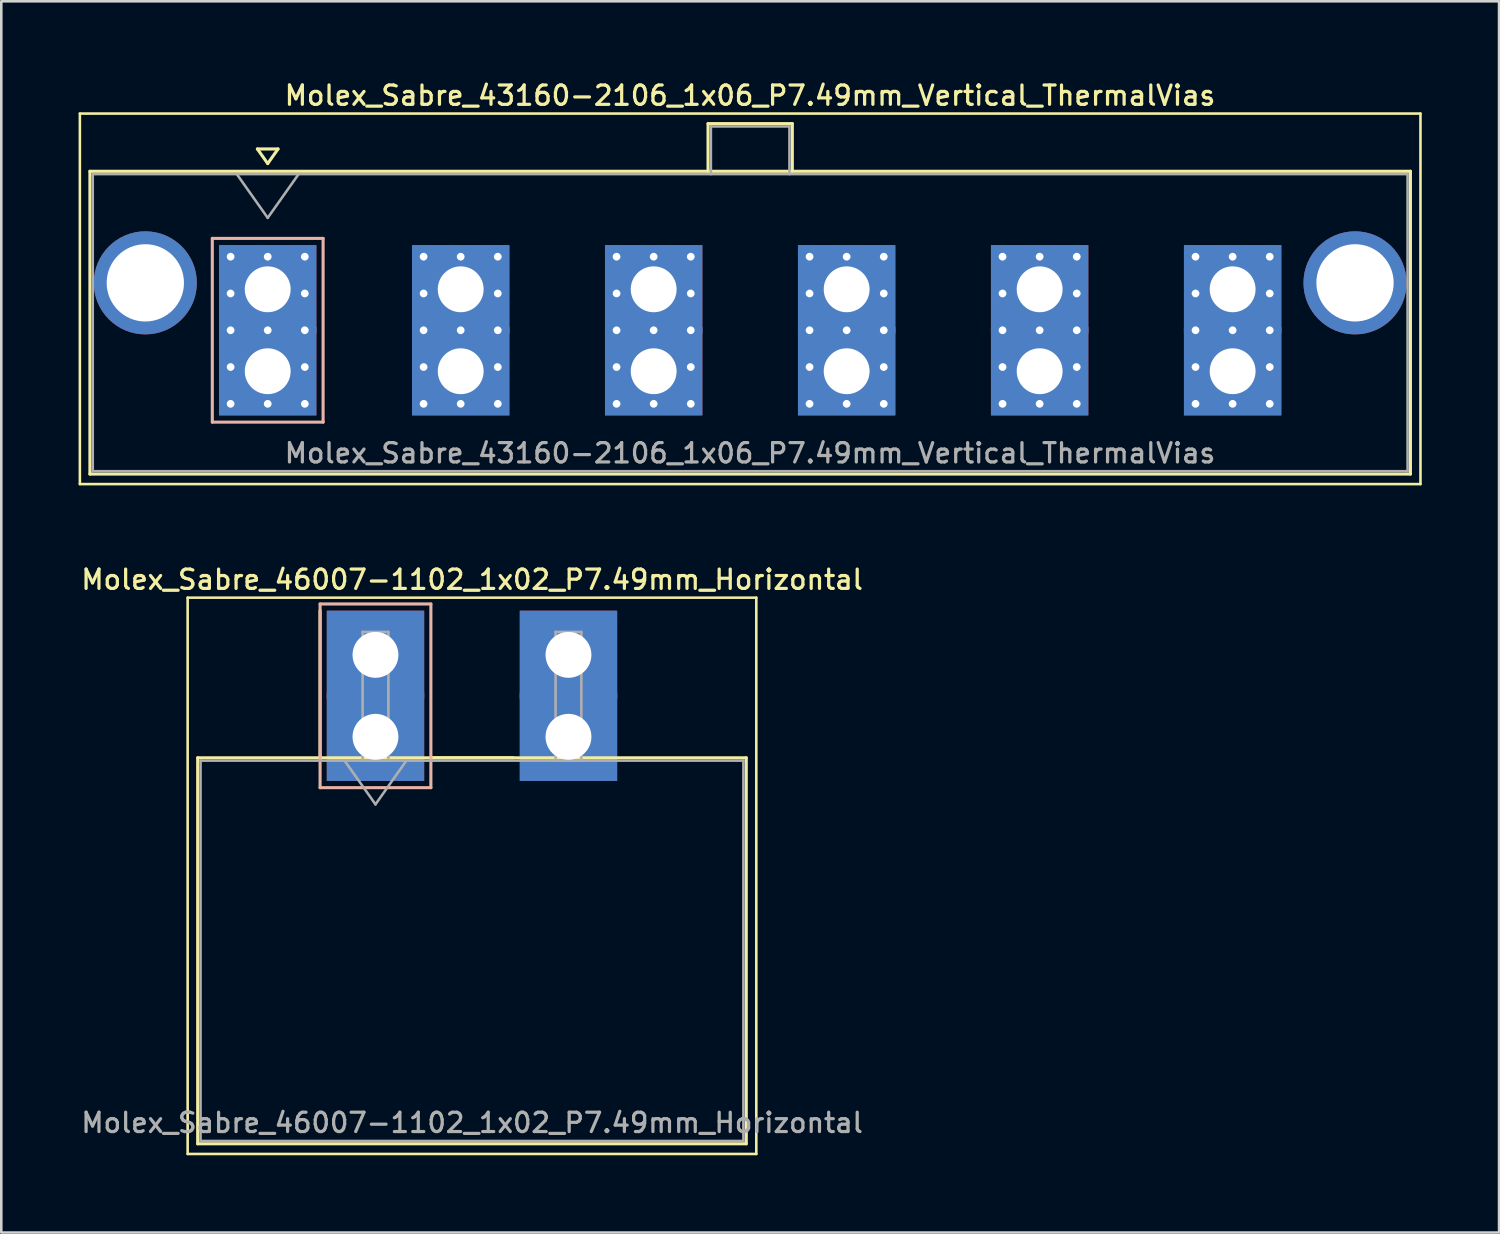
<source format=kicad_pcb>
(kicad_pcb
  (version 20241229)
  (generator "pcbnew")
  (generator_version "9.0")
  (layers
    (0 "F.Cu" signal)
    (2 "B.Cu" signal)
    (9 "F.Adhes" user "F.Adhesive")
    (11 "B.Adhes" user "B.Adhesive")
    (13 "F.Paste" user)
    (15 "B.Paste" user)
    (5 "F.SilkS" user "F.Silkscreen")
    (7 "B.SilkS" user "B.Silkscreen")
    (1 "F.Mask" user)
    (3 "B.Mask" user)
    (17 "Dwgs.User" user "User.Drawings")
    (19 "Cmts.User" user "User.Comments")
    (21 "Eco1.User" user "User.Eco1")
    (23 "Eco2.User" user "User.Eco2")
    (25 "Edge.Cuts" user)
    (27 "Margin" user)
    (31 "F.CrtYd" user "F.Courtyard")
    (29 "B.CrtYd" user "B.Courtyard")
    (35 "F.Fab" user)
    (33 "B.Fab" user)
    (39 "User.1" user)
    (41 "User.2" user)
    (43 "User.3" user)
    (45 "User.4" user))
  (footprint "Molex_Sabre_46007-1102_1x02_P7.49mm_Horizontal"
    (layer "F.Cu")
    (at 11.523 25.546)
    (property "Reference" "Molex_Sabre_46007-1102_1x02_P7.49mm_Horizontal" (at 3.75 -6.1 0) (layer "F.SilkS") (effects (font (size 0.75 0.75) (thickness 0.125))))
    (attr through_hole)
    (fp_line (start -7.29 -5.4) (end -7.29 16.19) (stroke (width 0.1) (type solid)) (layer "F.SilkS"))
    (fp_line (start -7.29 16.19) (end 14.78 16.19) (stroke (width 0.1) (type solid)) (layer "F.SilkS"))
    (fp_line (start -6.9 0.815) (end -6.9 15.795) (stroke (width 0.12) (type solid)) (layer "F.SilkS"))
    (fp_line (start -6.9 15.795) (end 14.39 15.795) (stroke (width 0.12) (type solid)) (layer "F.SilkS"))
    (fp_line (start -2.15 0.815) (end -2.15 -4.895) (stroke (width 0.12) (type solid)) (layer "F.SilkS"))
    (fp_line (start 2.15 0.815) (end 5.34 0.815) (stroke (width 0.12) (type solid)) (layer "F.SilkS"))
    (fp_line (start 14.39 0.815) (end -6.9 0.815) (stroke (width 0.12) (type solid)) (layer "F.SilkS"))
    (fp_line (start 14.39 15.795) (end 14.39 0.815) (stroke (width 0.12) (type solid)) (layer "F.SilkS"))
    (fp_line (start 14.78 -5.4) (end -7.29 -5.4) (stroke (width 0.1) (type solid)) (layer "F.SilkS"))
    (fp_line (start 14.78 16.19) (end 14.78 -5.4) (stroke (width 0.1) (type solid)) (layer "F.SilkS"))
    (fp_line (start -2.15 -5.155) (end -2.15 1.975) (stroke (width 0.12) (type solid)) (layer "B.SilkS"))
    (fp_line (start -2.15 1.975) (end 2.15 1.975) (stroke (width 0.12) (type solid)) (layer "B.SilkS"))
    (fp_line (start 2.15 -5.155) (end -2.15 -5.155) (stroke (width 0.12) (type solid)) (layer "B.SilkS"))
    (fp_line (start 2.15 1.975) (end 2.15 -5.155) (stroke (width 0.12) (type solid)) (layer "B.SilkS"))
    (fp_line (start -6.79 0.925) (end -6.79 15.685) (stroke (width 0.1) (type solid)) (layer "F.Fab"))
    (fp_line (start -6.79 15.685) (end 14.28 15.685) (stroke (width 0.1) (type solid)) (layer "F.Fab"))
    (fp_line (start -1.2 0.925) (end 0 2.622) (stroke (width 0.1) (type solid)) (layer "F.Fab"))
    (fp_line (start -0.5 -4.07) (end 0.5 -4.07) (stroke (width 0.1) (type solid)) (layer "F.Fab"))
    (fp_line (start -0.5 0.925) (end -0.5 -4.07) (stroke (width 0.1) (type solid)) (layer "F.Fab"))
    (fp_line (start 0 2.622) (end 1.2 0.925) (stroke (width 0.1) (type solid)) (layer "F.Fab"))
    (fp_line (start 0.5 -4.07) (end 0.5 0.925) (stroke (width 0.1) (type solid)) (layer "F.Fab"))
    (fp_line (start 0.5 0.925) (end -0.5 0.925) (stroke (width 0.1) (type solid)) (layer "F.Fab"))
    (fp_line (start 6.99 -4.07) (end 7.99 -4.07) (stroke (width 0.1) (type solid)) (layer "F.Fab"))
    (fp_line (start 6.99 0.925) (end 6.99 -4.07) (stroke (width 0.1) (type solid)) (layer "F.Fab"))
    (fp_line (start 7.99 -4.07) (end 7.99 0.925) (stroke (width 0.1) (type solid)) (layer "F.Fab"))
    (fp_line (start 7.99 0.925) (end 6.99 0.925) (stroke (width 0.1) (type solid)) (layer "F.Fab"))
    (fp_line (start 14.28 0.925) (end -6.79 0.925) (stroke (width 0.1) (type solid)) (layer "F.Fab"))
    (fp_line (start 14.28 15.685) (end 14.28 0.925) (stroke (width 0.1) (type solid)) (layer "F.Fab"))
    (fp_text user "${REFERENCE}" (at 3.75 14.98 0) (layer "F.Fab") (effects (font (size 0.75 0.75) (thickness 0.125))))
    (pad "1" thru_hole rect (at 0 -3.18) (size 3.78 3.43) (drill 1.78) (layers "*.Cu" "*.Mask"))
    (pad "1" thru_hole rect (at 0 0) (size 3.78 3.43) (drill 1.78) (layers "*.Cu" "*.Mask"))
    (pad "2" thru_hole rect (at 7.49 -3.18) (size 3.78 3.43) (drill 1.78) (layers "*.Cu" "*.Mask"))
    (pad "2" thru_hole rect (at 7.49 0) (size 3.78 3.43) (drill 1.78) (layers "*.Cu" "*.Mask")))
  (footprint "Molex_Sabre_43160-2106_1x06_P7.49mm_Vertical_ThermalVias"
    (layer "F.Cu")
    (at 7.34 11.358)
    (property "Reference" "Molex_Sabre_43160-2106_1x06_P7.49mm_Vertical_ThermalVias" (at 18.72 -10.7 0) (layer "F.SilkS") (effects (font (size 0.75 0.75) (thickness 0.125))))
    (attr through_hole)
    (fp_line (start -7.29 -10) (end -7.29 4.38) (stroke (width 0.1) (type solid)) (layer "F.SilkS"))
    (fp_line (start -7.29 4.38) (end 44.74 4.38) (stroke (width 0.1) (type solid)) (layer "F.SilkS"))
    (fp_line (start -6.9 -7.76) (end -6.9 3.99) (stroke (width 0.12) (type solid)) (layer "F.SilkS"))
    (fp_line (start -6.9 3.99) (end 44.35 3.99) (stroke (width 0.12) (type solid)) (layer "F.SilkS"))
    (fp_line (start -0.4 -8.626) (end 0 -8.06) (stroke (width 0.12) (type solid)) (layer "F.SilkS"))
    (fp_line (start 0 -8.06) (end 0.4 -8.626) (stroke (width 0.12) (type solid)) (layer "F.SilkS"))
    (fp_line (start 0.4 -8.626) (end -0.4 -8.626) (stroke (width 0.12) (type solid)) (layer "F.SilkS"))
    (fp_line (start 17.09 -9.61) (end 20.36 -9.61) (stroke (width 0.12) (type solid)) (layer "F.SilkS"))
    (fp_line (start 17.09 -7.76) (end 17.09 -9.61) (stroke (width 0.12) (type solid)) (layer "F.SilkS"))
    (fp_line (start 20.36 -9.61) (end 20.36 -7.76) (stroke (width 0.12) (type solid)) (layer "F.SilkS"))
    (fp_line (start 44.35 -7.76) (end -6.9 -7.76) (stroke (width 0.12) (type solid)) (layer "F.SilkS"))
    (fp_line (start 44.35 3.99) (end 44.35 -7.76) (stroke (width 0.12) (type solid)) (layer "F.SilkS"))
    (fp_line (start 44.74 -10) (end -7.29 -10) (stroke (width 0.1) (type solid)) (layer "F.SilkS"))
    (fp_line (start 44.74 4.38) (end 44.74 -10) (stroke (width 0.1) (type solid)) (layer "F.SilkS"))
    (fp_line (start -2.15 -5.155) (end -2.15 1.975) (stroke (width 0.12) (type solid)) (layer "B.SilkS"))
    (fp_line (start -2.15 1.975) (end 2.15 1.975) (stroke (width 0.12) (type solid)) (layer "B.SilkS"))
    (fp_line (start 2.15 -5.155) (end -2.15 -5.155) (stroke (width 0.12) (type solid)) (layer "B.SilkS"))
    (fp_line (start 2.15 1.975) (end 2.15 -5.155) (stroke (width 0.12) (type solid)) (layer "B.SilkS"))
    (fp_line (start -6.79 -7.65) (end -6.79 3.88) (stroke (width 0.1) (type solid)) (layer "F.Fab"))
    (fp_line (start -6.79 3.88) (end 44.24 3.88) (stroke (width 0.1) (type solid)) (layer "F.Fab"))
    (fp_line (start -1.2 -7.65) (end 0 -5.953) (stroke (width 0.1) (type solid)) (layer "F.Fab"))
    (fp_line (start 0 -5.953) (end 1.2 -7.65) (stroke (width 0.1) (type solid)) (layer "F.Fab"))
    (fp_line (start 17.2 -9.5) (end 20.25 -9.5) (stroke (width 0.1) (type solid)) (layer "F.Fab"))
    (fp_line (start 17.2 -7.65) (end 17.2 -9.5) (stroke (width 0.1) (type solid)) (layer "F.Fab"))
    (fp_line (start 20.25 -9.5) (end 20.25 -7.65) (stroke (width 0.1) (type solid)) (layer "F.Fab"))
    (fp_line (start 44.24 -7.65) (end -6.79 -7.65) (stroke (width 0.1) (type solid)) (layer "F.Fab"))
    (fp_line (start 44.24 3.88) (end 44.24 -7.65) (stroke (width 0.1) (type solid)) (layer "F.Fab"))
    (fp_text user "${REFERENCE}" (at 18.72 3.18 0) (layer "F.Fab") (effects (font (size 0.75 0.75) (thickness 0.125))))
    (pad "" thru_hole circle (at -4.75 -3.43) (size 4 4) (drill 3) (layers "*.Cu" "*.Mask"))
    (pad "" thru_hole circle (at 42.2 -3.43) (size 4 4) (drill 3) (layers "*.Cu" "*.Mask"))
    (pad "1" thru_hole rect (at -1.44 -4.445) (size 0.6 0.6) (drill 0.3) (layers "*.Cu" "*.Mask"))
    (pad "1" thru_hole rect (at -1.44 -3.018) (size 0.6 0.6) (drill 0.3) (layers "*.Cu" "*.Mask"))
    (pad "1" thru_hole rect (at -1.44 -1.59) (size 0.6 0.6) (drill 0.3) (layers "*.Cu" "*.Mask"))
    (pad "1" thru_hole rect (at -1.44 -0.163) (size 0.6 0.6) (drill 0.3) (layers "*.Cu" "*.Mask"))
    (pad "1" thru_hole rect (at -1.44 1.265) (size 0.6 0.6) (drill 0.3) (layers "*.Cu" "*.Mask"))
    (pad "1" thru_hole rect (at 0 -4.445) (size 0.6 0.6) (drill 0.3) (layers "*.Cu" "*.Mask"))
    (pad "1" thru_hole rect (at 0 -3.18) (size 3.78 3.43) (drill 1.78) (layers "*.Cu" "*.Mask"))
    (pad "1" thru_hole rect (at 0 -1.59) (size 0.6 0.6) (drill 0.3) (layers "*.Cu" "*.Mask"))
    (pad "1" thru_hole rect (at 0 0) (size 3.78 3.43) (drill 1.78) (layers "*.Cu" "*.Mask"))
    (pad "1" thru_hole rect (at 0 1.265) (size 0.6 0.6) (drill 0.3) (layers "*.Cu" "*.Mask"))
    (pad "1" thru_hole rect (at 1.44 -4.445) (size 0.6 0.6) (drill 0.3) (layers "*.Cu" "*.Mask"))
    (pad "1" thru_hole rect (at 1.44 -3.018) (size 0.6 0.6) (drill 0.3) (layers "*.Cu" "*.Mask"))
    (pad "1" thru_hole rect (at 1.44 -1.59) (size 0.6 0.6) (drill 0.3) (layers "*.Cu" "*.Mask"))
    (pad "1" thru_hole rect (at 1.44 -0.163) (size 0.6 0.6) (drill 0.3) (layers "*.Cu" "*.Mask"))
    (pad "1" thru_hole rect (at 1.44 1.265) (size 0.6 0.6) (drill 0.3) (layers "*.Cu" "*.Mask"))
    (pad "2" thru_hole circle (at 6.05 -4.445) (size 0.6 0.6) (drill 0.3) (layers "*.Cu" "*.Mask"))
    (pad "2" thru_hole circle (at 6.05 -3.018) (size 0.6 0.6) (drill 0.3) (layers "*.Cu" "*.Mask"))
    (pad "2" thru_hole circle (at 6.05 -1.59) (size 0.6 0.6) (drill 0.3) (layers "*.Cu" "*.Mask"))
    (pad "2" thru_hole circle (at 6.05 -0.163) (size 0.6 0.6) (drill 0.3) (layers "*.Cu" "*.Mask"))
    (pad "2" thru_hole circle (at 6.05 1.265) (size 0.6 0.6) (drill 0.3) (layers "*.Cu" "*.Mask"))
    (pad "2" thru_hole circle (at 7.49 -4.445) (size 0.6 0.6) (drill 0.3) (layers "*.Cu" "*.Mask"))
    (pad "2" thru_hole rect (at 7.49 -3.18) (size 3.78 3.43) (drill 1.78) (layers "*.Cu" "*.Mask"))
    (pad "2" thru_hole circle (at 7.49 -1.59) (size 0.6 0.6) (drill 0.3) (layers "*.Cu" "*.Mask"))
    (pad "2" thru_hole rect (at 7.49 0) (size 3.78 3.43) (drill 1.78) (layers "*.Cu" "*.Mask"))
    (pad "2" thru_hole circle (at 7.49 1.265) (size 0.6 0.6) (drill 0.3) (layers "*.Cu" "*.Mask"))
    (pad "2" thru_hole circle (at 8.93 -4.445) (size 0.6 0.6) (drill 0.3) (layers "*.Cu" "*.Mask"))
    (pad "2" thru_hole circle (at 8.93 -3.018) (size 0.6 0.6) (drill 0.3) (layers "*.Cu" "*.Mask"))
    (pad "2" thru_hole circle (at 8.93 -1.59) (size 0.6 0.6) (drill 0.3) (layers "*.Cu" "*.Mask"))
    (pad "2" thru_hole circle (at 8.93 -0.163) (size 0.6 0.6) (drill 0.3) (layers "*.Cu" "*.Mask"))
    (pad "2" thru_hole circle (at 8.93 1.265) (size 0.6 0.6) (drill 0.3) (layers "*.Cu" "*.Mask"))
    (pad "3" thru_hole circle (at 13.54 -4.445) (size 0.6 0.6) (drill 0.3) (layers "*.Cu" "*.Mask"))
    (pad "3" thru_hole circle (at 13.54 -3.018) (size 0.6 0.6) (drill 0.3) (layers "*.Cu" "*.Mask"))
    (pad "3" thru_hole circle (at 13.54 -1.59) (size 0.6 0.6) (drill 0.3) (layers "*.Cu" "*.Mask"))
    (pad "3" thru_hole circle (at 13.54 -0.163) (size 0.6 0.6) (drill 0.3) (layers "*.Cu" "*.Mask"))
    (pad "3" thru_hole circle (at 13.54 1.265) (size 0.6 0.6) (drill 0.3) (layers "*.Cu" "*.Mask"))
    (pad "3" thru_hole circle (at 14.98 -4.445) (size 0.6 0.6) (drill 0.3) (layers "*.Cu" "*.Mask"))
    (pad "3" thru_hole rect (at 14.98 -3.18) (size 3.78 3.43) (drill 1.78) (layers "*.Cu" "*.Mask"))
    (pad "3" thru_hole circle (at 14.98 -1.59) (size 0.6 0.6) (drill 0.3) (layers "*.Cu" "*.Mask"))
    (pad "3" thru_hole rect (at 14.98 0) (size 3.78 3.43) (drill 1.78) (layers "*.Cu" "*.Mask"))
    (pad "3" thru_hole circle (at 14.98 1.265) (size 0.6 0.6) (drill 0.3) (layers "*.Cu" "*.Mask"))
    (pad "3" thru_hole circle (at 16.42 -4.445) (size 0.6 0.6) (drill 0.3) (layers "*.Cu" "*.Mask"))
    (pad "3" thru_hole circle (at 16.42 -3.018) (size 0.6 0.6) (drill 0.3) (layers "*.Cu" "*.Mask"))
    (pad "3" thru_hole circle (at 16.42 -1.59) (size 0.6 0.6) (drill 0.3) (layers "*.Cu" "*.Mask"))
    (pad "3" thru_hole circle (at 16.42 -0.163) (size 0.6 0.6) (drill 0.3) (layers "*.Cu" "*.Mask"))
    (pad "3" thru_hole circle (at 16.42 1.265) (size 0.6 0.6) (drill 0.3) (layers "*.Cu" "*.Mask"))
    (pad "4" thru_hole circle (at 21.03 -4.445) (size 0.6 0.6) (drill 0.3) (layers "*.Cu" "*.Mask"))
    (pad "4" thru_hole circle (at 21.03 -3.018) (size 0.6 0.6) (drill 0.3) (layers "*.Cu" "*.Mask"))
    (pad "4" thru_hole circle (at 21.03 -1.59) (size 0.6 0.6) (drill 0.3) (layers "*.Cu" "*.Mask"))
    (pad "4" thru_hole circle (at 21.03 -0.163) (size 0.6 0.6) (drill 0.3) (layers "*.Cu" "*.Mask"))
    (pad "4" thru_hole circle (at 21.03 1.265) (size 0.6 0.6) (drill 0.3) (layers "*.Cu" "*.Mask"))
    (pad "4" thru_hole circle (at 22.47 -4.445) (size 0.6 0.6) (drill 0.3) (layers "*.Cu" "*.Mask"))
    (pad "4" thru_hole rect (at 22.47 -3.18) (size 3.78 3.43) (drill 1.78) (layers "*.Cu" "*.Mask"))
    (pad "4" thru_hole circle (at 22.47 -1.59) (size 0.6 0.6) (drill 0.3) (layers "*.Cu" "*.Mask"))
    (pad "4" thru_hole rect (at 22.47 0) (size 3.78 3.43) (drill 1.78) (layers "*.Cu" "*.Mask"))
    (pad "4" thru_hole circle (at 22.47 1.265) (size 0.6 0.6) (drill 0.3) (layers "*.Cu" "*.Mask"))
    (pad "4" thru_hole circle (at 23.91 -4.445) (size 0.6 0.6) (drill 0.3) (layers "*.Cu" "*.Mask"))
    (pad "4" thru_hole circle (at 23.91 -3.018) (size 0.6 0.6) (drill 0.3) (layers "*.Cu" "*.Mask"))
    (pad "4" thru_hole circle (at 23.91 -1.59) (size 0.6 0.6) (drill 0.3) (layers "*.Cu" "*.Mask"))
    (pad "4" thru_hole circle (at 23.91 -0.163) (size 0.6 0.6) (drill 0.3) (layers "*.Cu" "*.Mask"))
    (pad "4" thru_hole circle (at 23.91 1.265) (size 0.6 0.6) (drill 0.3) (layers "*.Cu" "*.Mask"))
    (pad "5" thru_hole circle (at 28.52 -4.445) (size 0.6 0.6) (drill 0.3) (layers "*.Cu" "*.Mask"))
    (pad "5" thru_hole circle (at 28.52 -3.018) (size 0.6 0.6) (drill 0.3) (layers "*.Cu" "*.Mask"))
    (pad "5" thru_hole circle (at 28.52 -1.59) (size 0.6 0.6) (drill 0.3) (layers "*.Cu" "*.Mask"))
    (pad "5" thru_hole circle (at 28.52 -0.163) (size 0.6 0.6) (drill 0.3) (layers "*.Cu" "*.Mask"))
    (pad "5" thru_hole circle (at 28.52 1.265) (size 0.6 0.6) (drill 0.3) (layers "*.Cu" "*.Mask"))
    (pad "5" thru_hole circle (at 29.96 -4.445) (size 0.6 0.6) (drill 0.3) (layers "*.Cu" "*.Mask"))
    (pad "5" thru_hole rect (at 29.96 -3.18) (size 3.78 3.43) (drill 1.78) (layers "*.Cu" "*.Mask"))
    (pad "5" thru_hole circle (at 29.96 -1.59) (size 0.6 0.6) (drill 0.3) (layers "*.Cu" "*.Mask"))
    (pad "5" thru_hole rect (at 29.96 0) (size 3.78 3.43) (drill 1.78) (layers "*.Cu" "*.Mask"))
    (pad "5" thru_hole circle (at 29.96 1.265) (size 0.6 0.6) (drill 0.3) (layers "*.Cu" "*.Mask"))
    (pad "5" thru_hole circle (at 31.4 -4.445) (size 0.6 0.6) (drill 0.3) (layers "*.Cu" "*.Mask"))
    (pad "5" thru_hole circle (at 31.4 -3.018) (size 0.6 0.6) (drill 0.3) (layers "*.Cu" "*.Mask"))
    (pad "5" thru_hole circle (at 31.4 -1.59) (size 0.6 0.6) (drill 0.3) (layers "*.Cu" "*.Mask"))
    (pad "5" thru_hole circle (at 31.4 -0.163) (size 0.6 0.6) (drill 0.3) (layers "*.Cu" "*.Mask"))
    (pad "5" thru_hole circle (at 31.4 1.265) (size 0.6 0.6) (drill 0.3) (layers "*.Cu" "*.Mask"))
    (pad "6" thru_hole circle (at 36.01 -4.445) (size 0.6 0.6) (drill 0.3) (layers "*.Cu" "*.Mask"))
    (pad "6" thru_hole circle (at 36.01 -3.018) (size 0.6 0.6) (drill 0.3) (layers "*.Cu" "*.Mask"))
    (pad "6" thru_hole circle (at 36.01 -1.59) (size 0.6 0.6) (drill 0.3) (layers "*.Cu" "*.Mask"))
    (pad "6" thru_hole circle (at 36.01 -0.163) (size 0.6 0.6) (drill 0.3) (layers "*.Cu" "*.Mask"))
    (pad "6" thru_hole circle (at 36.01 1.265) (size 0.6 0.6) (drill 0.3) (layers "*.Cu" "*.Mask"))
    (pad "6" thru_hole circle (at 37.45 -4.445) (size 0.6 0.6) (drill 0.3) (layers "*.Cu" "*.Mask"))
    (pad "6" thru_hole rect (at 37.45 -3.18) (size 3.78 3.43) (drill 1.78) (layers "*.Cu" "*.Mask"))
    (pad "6" thru_hole circle (at 37.45 -1.59) (size 0.6 0.6) (drill 0.3) (layers "*.Cu" "*.Mask"))
    (pad "6" thru_hole rect (at 37.45 0) (size 3.78 3.43) (drill 1.78) (layers "*.Cu" "*.Mask"))
    (pad "6" thru_hole circle (at 37.45 1.265) (size 0.6 0.6) (drill 0.3) (layers "*.Cu" "*.Mask"))
    (pad "6" thru_hole circle (at 38.89 -4.445) (size 0.6 0.6) (drill 0.3) (layers "*.Cu" "*.Mask"))
    (pad "6" thru_hole circle (at 38.89 -3.018) (size 0.6 0.6) (drill 0.3) (layers "*.Cu" "*.Mask"))
    (pad "6" thru_hole circle (at 38.89 -1.59) (size 0.6 0.6) (drill 0.3) (layers "*.Cu" "*.Mask"))
    (pad "6" thru_hole circle (at 38.89 -0.163) (size 0.6 0.6) (drill 0.3) (layers "*.Cu" "*.Mask"))
    (pad "6" thru_hole circle (at 38.89 1.265) (size 0.6 0.6) (drill 0.3) (layers "*.Cu" "*.Mask")))
  (gr_rect
    (start -3 -3)
    (end 55.13 44.786)
    (stroke (width 0.1) (type default))
    (fill no)
    (layer "Edge.Cuts")))
</source>
